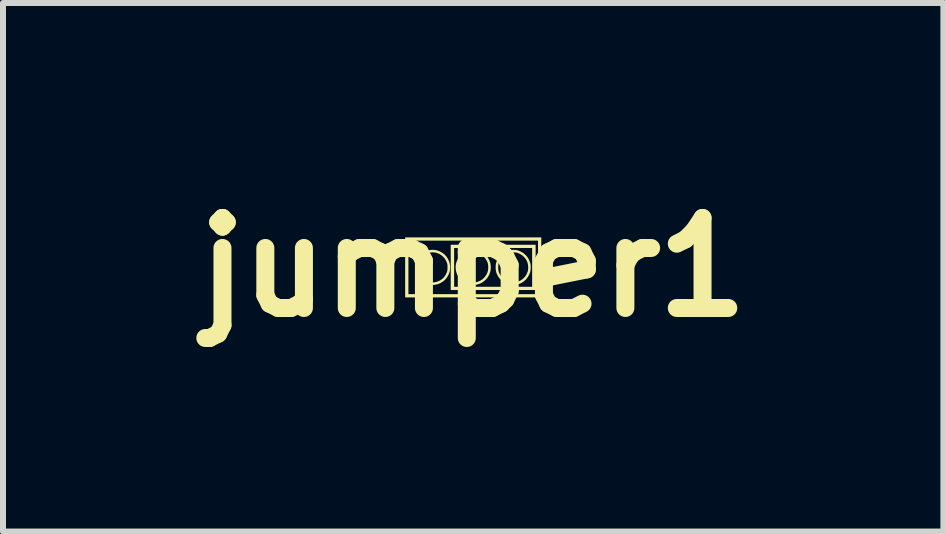
<source format=kicad_pcb>
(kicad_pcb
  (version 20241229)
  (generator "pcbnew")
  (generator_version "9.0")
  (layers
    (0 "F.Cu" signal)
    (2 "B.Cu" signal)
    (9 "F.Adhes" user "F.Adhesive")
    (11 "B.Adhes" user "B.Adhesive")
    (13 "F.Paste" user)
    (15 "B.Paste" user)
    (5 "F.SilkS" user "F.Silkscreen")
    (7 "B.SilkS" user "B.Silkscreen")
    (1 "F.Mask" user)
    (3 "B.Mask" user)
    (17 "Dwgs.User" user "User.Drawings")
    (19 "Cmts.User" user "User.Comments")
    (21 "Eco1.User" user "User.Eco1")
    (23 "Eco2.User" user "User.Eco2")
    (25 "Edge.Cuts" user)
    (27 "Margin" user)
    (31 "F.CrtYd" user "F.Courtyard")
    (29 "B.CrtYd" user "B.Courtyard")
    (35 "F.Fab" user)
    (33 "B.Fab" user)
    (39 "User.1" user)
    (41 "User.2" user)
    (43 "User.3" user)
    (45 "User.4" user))
  (footprint "jumper1"
    (layer "F.Cu")
    (at 4.836 1.404)
    (property "Reference" "jumper1" (at 0 0 0) (layer "F.SilkS") (effects (font (size 1.5 1.5) (thickness 0.3))))
    (attr board_only exclude_from_pos_files exclude_from_bom)
    (fp_poly (pts (xy 1.04 0.002) (xy 1.04 0.379) (xy 0.332 0.379) (xy -0.375 0.379) (xy -0.375 0.002) (xy -0.375 -0.321) (xy -0.318 -0.321) (xy -0.318 0.002) (xy -0.318 0.325) (xy 0.332 0.325) (xy 0.982 0.325) (xy 0.982 0.002) (xy 0.982 -0.321) (xy 0.332 -0.321) (xy -0.318 -0.321) (xy -0.375 -0.321) (xy -0.375 -0.375) (xy 0.332 -0.375) (xy 1.04 -0.375)) (stroke (width 0) (type solid)) (fill yes) (layer "F.SilkS"))
    (fp_poly (pts (xy 1.134 0.002) (xy 1.134 0.502) (xy 0 0.502) (xy -1.134 0.502) (xy -1.134 0.002) (xy -1.134 -0.444) (xy -1.08 -0.444) (xy -1.08 0.002) (xy -1.08 0.448) (xy 0 0.448) (xy 1.08 0.448) (xy 1.08 0.002) (xy 1.08 -0.444) (xy 0 -0.444) (xy -1.08 -0.444) (xy -1.134 -0.444) (xy -1.134 -0.498) (xy 0 -0.498) (xy 1.134 -0.498)) (stroke (width 0) (type solid)) (fill yes) (layer "F.SilkS"))
    (fp_poly (pts (xy 0.037 -0.288) (xy 0.06 -0.285) (xy 0.066 -0.284) (xy 0.111 -0.27) (xy 0.151 -0.249) (xy 0.188 -0.223) (xy 0.22 -0.192) (xy 0.247 -0.156) (xy 0.268 -0.116) (xy 0.284 -0.073) (xy 0.285 -0.067) (xy 0.29 -0.038) (xy 0.293 -0.005) (xy 0.292 0.029) (xy 0.288 0.06) (xy 0.285 0.071) (xy 0.271 0.113) (xy 0.251 0.153) (xy 0.225 0.189) (xy 0.194 0.22) (xy 0.159 0.247) (xy 0.121 0.269) (xy 0.08 0.284) (xy 0.074 0.285) (xy 0.049 0.29) (xy 0.021 0.293) (xy -0.006 0.294) (xy -0.032 0.293) (xy -0.041 0.292) (xy -0.087 0.282) (xy -0.129 0.265) (xy -0.168 0.242) (xy -0.202 0.214) (xy -0.232 0.181) (xy -0.256 0.144) (xy -0.275 0.102) (xy -0.285 0.071) (xy -0.29 0.041) (xy -0.292 0.012) (xy -0.25 0.012) (xy -0.249 0.038) (xy -0.245 0.061) (xy -0.244 0.065) (xy -0.23 0.105) (xy -0.209 0.141) (xy -0.183 0.174) (xy -0.153 0.201) (xy -0.117 0.224) (xy -0.078 0.24) (xy -0.052 0.248) (xy -0.031 0.251) (xy -0.006 0.252) (xy 0.021 0.251) (xy 0.047 0.248) (xy 0.069 0.243) (xy 0.074 0.242) (xy 0.113 0.226) (xy 0.149 0.204) (xy 0.18 0.176) (xy 0.207 0.143) (xy 0.226 0.112) (xy 0.237 0.085) (xy 0.245 0.06) (xy 0.249 0.032) (xy 0.25 0.002) (xy 0.249 -0.03) (xy 0.245 -0.057) (xy 0.237 -0.083) (xy 0.226 -0.108) (xy 0.203 -0.146) (xy 0.176 -0.178) (xy 0.144 -0.204) (xy 0.107 -0.225) (xy 0.072 -0.239) (xy 0.058 -0.243) (xy 0.045 -0.245) (xy 0.03 -0.247) (xy 0.011 -0.247) (xy 0 -0.247) (xy -0.022 -0.247) (xy -0.038 -0.246) (xy -0.052 -0.244) (xy -0.065 -0.241) (xy -0.072 -0.239) (xy -0.112 -0.223) (xy -0.148 -0.201) (xy -0.179 -0.174) (xy -0.206 -0.142) (xy -0.227 -0.106) (xy -0.242 -0.067) (xy -0.244 -0.061) (xy -0.248 -0.04) (xy -0.25 -0.015) (xy -0.25 0.012) (xy -0.292 0.012) (xy -0.293 0.008) (xy -0.292 -0.026) (xy -0.287 -0.057) (xy -0.285 -0.067) (xy -0.27 -0.111) (xy -0.25 -0.152) (xy -0.223 -0.188) (xy -0.192 -0.22) (xy -0.156 -0.246) (xy -0.116 -0.267) (xy -0.072 -0.283) (xy -0.066 -0.284) (xy -0.045 -0.288) (xy -0.018 -0.29) (xy 0.009 -0.29)) (stroke (width 0) (type solid)) (fill yes) (layer "F.SilkS"))
    (fp_poly (pts (xy 0.702 -0.289) (xy 0.727 -0.285) (xy 0.735 -0.284) (xy 0.778 -0.269) (xy 0.818 -0.248) (xy 0.854 -0.222) (xy 0.886 -0.191) (xy 0.913 -0.155) (xy 0.927 -0.129) (xy 0.94 -0.101) (xy 0.949 -0.076) (xy 0.955 -0.05) (xy 0.958 -0.023) (xy 0.958 0.002) (xy 0.957 0.033) (xy 0.954 0.059) (xy 0.948 0.084) (xy 0.938 0.11) (xy 0.927 0.133) (xy 0.904 0.171) (xy 0.876 0.206) (xy 0.842 0.236) (xy 0.803 0.261) (xy 0.795 0.265) (xy 0.765 0.277) (xy 0.73 0.287) (xy 0.693 0.293) (xy 0.657 0.295) (xy 0.624 0.292) (xy 0.623 0.292) (xy 0.578 0.282) (xy 0.537 0.265) (xy 0.499 0.242) (xy 0.464 0.214) (xy 0.435 0.181) (xy 0.41 0.144) (xy 0.39 0.102) (xy 0.382 0.077) (xy 0.377 0.054) (xy 0.374 0.027) (xy 0.374 0.002) (xy 0.417 0.002) (xy 0.417 0.023) (xy 0.418 0.038) (xy 0.419 0.05) (xy 0.421 0.06) (xy 0.424 0.071) (xy 0.428 0.083) (xy 0.446 0.123) (xy 0.469 0.158) (xy 0.498 0.188) (xy 0.531 0.213) (xy 0.554 0.226) (xy 0.594 0.242) (xy 0.635 0.251) (xy 0.676 0.252) (xy 0.719 0.247) (xy 0.725 0.245) (xy 0.765 0.232) (xy 0.801 0.213) (xy 0.834 0.188) (xy 0.862 0.159) (xy 0.885 0.125) (xy 0.89 0.115) (xy 0.897 0.098) (xy 0.905 0.079) (xy 0.91 0.063) (xy 0.912 0.056) (xy 0.917 0.014) (xy 0.915 -0.027) (xy 0.908 -0.066) (xy 0.894 -0.104) (xy 0.874 -0.139) (xy 0.849 -0.17) (xy 0.819 -0.197) (xy 0.785 -0.219) (xy 0.78 -0.222) (xy 0.762 -0.23) (xy 0.744 -0.237) (xy 0.727 -0.242) (xy 0.72 -0.244) (xy 0.678 -0.249) (xy 0.637 -0.247) (xy 0.597 -0.239) (xy 0.56 -0.225) (xy 0.525 -0.205) (xy 0.493 -0.18) (xy 0.466 -0.15) (xy 0.444 -0.115) (xy 0.428 -0.08) (xy 0.424 -0.067) (xy 0.421 -0.056) (xy 0.419 -0.045) (xy 0.418 -0.033) (xy 0.417 -0.017) (xy 0.417 0.002) (xy 0.374 0.002) (xy 0.374 -0.002) (xy 0.375 -0.03) (xy 0.378 -0.055) (xy 0.381 -0.069) (xy 0.395 -0.112) (xy 0.415 -0.15) (xy 0.44 -0.185) (xy 0.472 -0.218) (xy 0.479 -0.224) (xy 0.496 -0.237) (xy 0.518 -0.25) (xy 0.542 -0.263) (xy 0.567 -0.273) (xy 0.59 -0.282) (xy 0.598 -0.284) (xy 0.62 -0.288) (xy 0.646 -0.29) (xy 0.675 -0.29)) (stroke (width 0) (type solid)) (fill yes) (layer "F.SilkS"))
    (fp_poly (pts (xy -0.645 -0.289) (xy -0.611 -0.284) (xy -0.598 -0.28) (xy -0.554 -0.263) (xy -0.514 -0.241) (xy -0.478 -0.213) (xy -0.448 -0.18) (xy -0.423 -0.143) (xy -0.403 -0.101) (xy -0.393 -0.07) (xy -0.388 -0.041) (xy -0.385 -0.009) (xy -0.386 0.025) (xy -0.389 0.057) (xy -0.393 0.074) (xy -0.409 0.118) (xy -0.43 0.158) (xy -0.456 0.194) (xy -0.487 0.225) (xy -0.523 0.25) (xy -0.562 0.271) (xy -0.604 0.285) (xy -0.649 0.293) (xy -0.666 0.294) (xy -0.684 0.294) (xy -0.702 0.294) (xy -0.717 0.293) (xy -0.719 0.292) (xy -0.753 0.285) (xy -0.785 0.274) (xy -0.812 0.261) (xy -0.852 0.237) (xy -0.886 0.208) (xy -0.915 0.174) (xy -0.939 0.135) (xy -0.957 0.092) (xy -0.958 0.09) (xy -0.962 0.076) (xy -0.965 0.065) (xy -0.967 0.054) (xy -0.968 0.042) (xy -0.969 0.027) (xy -0.969 0.007) (xy -0.969 0.002) (xy -0.928 0.002) (xy -0.925 0.044) (xy -0.916 0.082) (xy -0.902 0.117) (xy -0.88 0.149) (xy -0.856 0.177) (xy -0.84 0.192) (xy -0.827 0.204) (xy -0.814 0.213) (xy -0.799 0.221) (xy -0.791 0.225) (xy -0.773 0.233) (xy -0.755 0.24) (xy -0.739 0.245) (xy -0.733 0.247) (xy -0.704 0.251) (xy -0.673 0.252) (xy -0.642 0.25) (xy -0.624 0.247) (xy -0.592 0.237) (xy -0.56 0.223) (xy -0.529 0.204) (xy -0.503 0.183) (xy -0.486 0.165) (xy -0.463 0.131) (xy -0.444 0.094) (xy -0.438 0.078) (xy -0.434 0.064) (xy -0.431 0.052) (xy -0.429 0.04) (xy -0.429 0.025) (xy -0.428 0.005) (xy -0.428 0.002) (xy -0.428 -0.019) (xy -0.429 -0.035) (xy -0.431 -0.047) (xy -0.433 -0.059) (xy -0.437 -0.072) (xy -0.438 -0.074) (xy -0.455 -0.114) (xy -0.477 -0.149) (xy -0.505 -0.18) (xy -0.537 -0.206) (xy -0.573 -0.226) (xy -0.613 -0.241) (xy -0.626 -0.244) (xy -0.666 -0.249) (xy -0.706 -0.247) (xy -0.745 -0.239) (xy -0.783 -0.226) (xy -0.818 -0.206) (xy -0.849 -0.182) (xy -0.876 -0.152) (xy -0.898 -0.119) (xy -0.902 -0.111) (xy -0.915 -0.082) (xy -0.923 -0.053) (xy -0.927 -0.023) (xy -0.928 0.002) (xy -0.969 0.002) (xy -0.969 -0.02) (xy -0.968 -0.036) (xy -0.967 -0.048) (xy -0.966 -0.059) (xy -0.963 -0.07) (xy -0.959 -0.084) (xy -0.958 -0.087) (xy -0.94 -0.13) (xy -0.916 -0.169) (xy -0.887 -0.203) (xy -0.853 -0.233) (xy -0.815 -0.257) (xy -0.773 -0.275) (xy -0.751 -0.282) (xy -0.718 -0.288) (xy -0.681 -0.291)) (stroke (width 0) (type solid)) (fill yes) (layer "F.SilkS")))
  (gr_rect
    (start -3 -3)
    (end 12.671 5.808)
    (stroke (width 0.1) (type default))
    (fill no)
    (layer "Edge.Cuts")))
</source>
